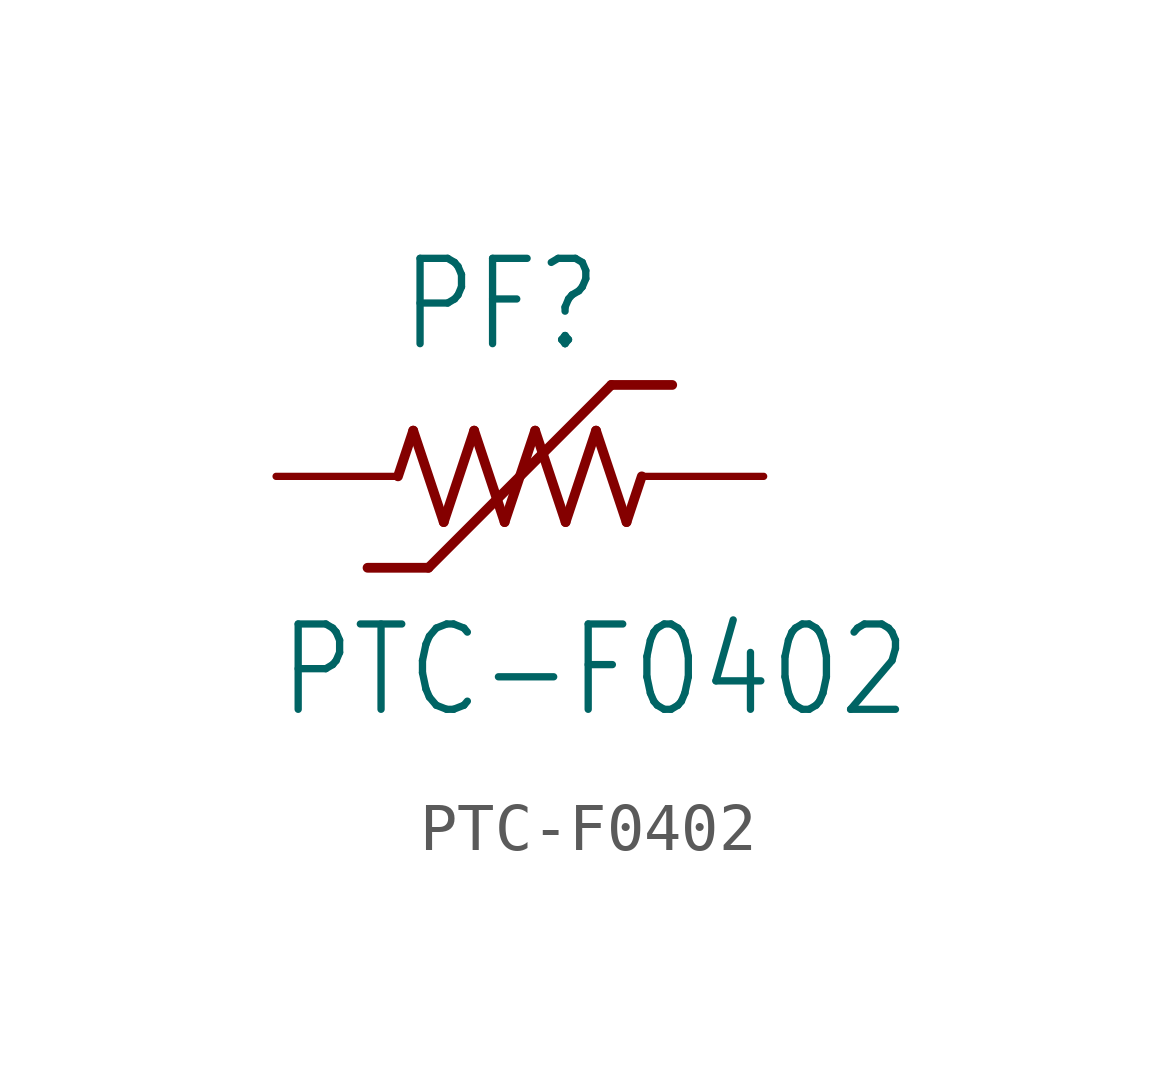
<source format=kicad_sym>
(kicad_symbol_lib
  (version 20211014)
  (generator kicad_symbol_editor)
  (symbol "PTC-F0402"
    (property "Reference" "PF"
      (at -2.54 2.54 0)
      (effects (font (size 1.778 1.511)) (justify left bottom)))
    (property "Value" "PTC-F0402"
      (at -5.08 -5.08 0)
      (effects (font (size 1.778 1.511)) (justify left bottom)))
    (property "ki_locked" ""
      (at 0 0 0)
      (effects (font (size 1.27 1.27))))
    (symbol "PTC-F0402_1_0"
      (polyline (pts (xy -2.54 0) (xy -2.223 0.953)) (stroke (width 0.203) (type default) (color 0 0 0 0)) (fill (type none)))
      (polyline (pts (xy -2.223 0.953) (xy -1.587 -0.953)) (stroke (width 0.203) (type default) (color 0 0 0 0)) (fill (type none)))
      (polyline (pts (xy -1.905 -1.905) (xy -3.175 -1.905)) (stroke (width 0.203) (type default) (color 0 0 0 0)) (fill (type none)))
      (polyline (pts (xy -1.587 -0.953) (xy -0.953 0.953)) (stroke (width 0.203) (type default) (color 0 0 0 0)) (fill (type none)))
      (polyline (pts (xy -0.953 0.953) (xy -0.318 -0.953)) (stroke (width 0.203) (type default) (color 0 0 0 0)) (fill (type none)))
      (polyline (pts (xy -0.318 -0.953) (xy 0.318 0.953)) (stroke (width 0.203) (type default) (color 0 0 0 0)) (fill (type none)))
      (polyline (pts (xy 0.318 0.953) (xy 0.953 -0.953)) (stroke (width 0.203) (type default) (color 0 0 0 0)) (fill (type none)))
      (polyline (pts (xy 0.953 -0.953) (xy 1.587 0.953)) (stroke (width 0.203) (type default) (color 0 0 0 0)) (fill (type none)))
      (polyline (pts (xy 1.587 0.953) (xy 2.223 -0.953)) (stroke (width 0.203) (type default) (color 0 0 0 0)) (fill (type none)))
      (polyline (pts (xy 1.905 1.905) (xy -1.905 -1.905)) (stroke (width 0.203) (type default) (color 0 0 0 0)) (fill (type none)))
      (polyline (pts (xy 2.223 -0.953) (xy 2.54 0)) (stroke (width 0.203) (type default) (color 0 0 0 0)) (fill (type none)))
      (polyline (pts (xy 3.175 1.905) (xy 1.905 1.905)) (stroke (width 0.203) (type default) (color 0 0 0 0)) (fill (type none)))
      (pin passive line (at -5.08 0 0) (length 2.54) (name "1" (effects (font (size 0 0)))) (number "1" (effects (font (size 0 0)))))
      (pin passive line (at 5.08 0 180) (length 2.54) (name "2" (effects (font (size 0 0)))) (number "2" (effects (font (size 0 0))))))))
</source>
